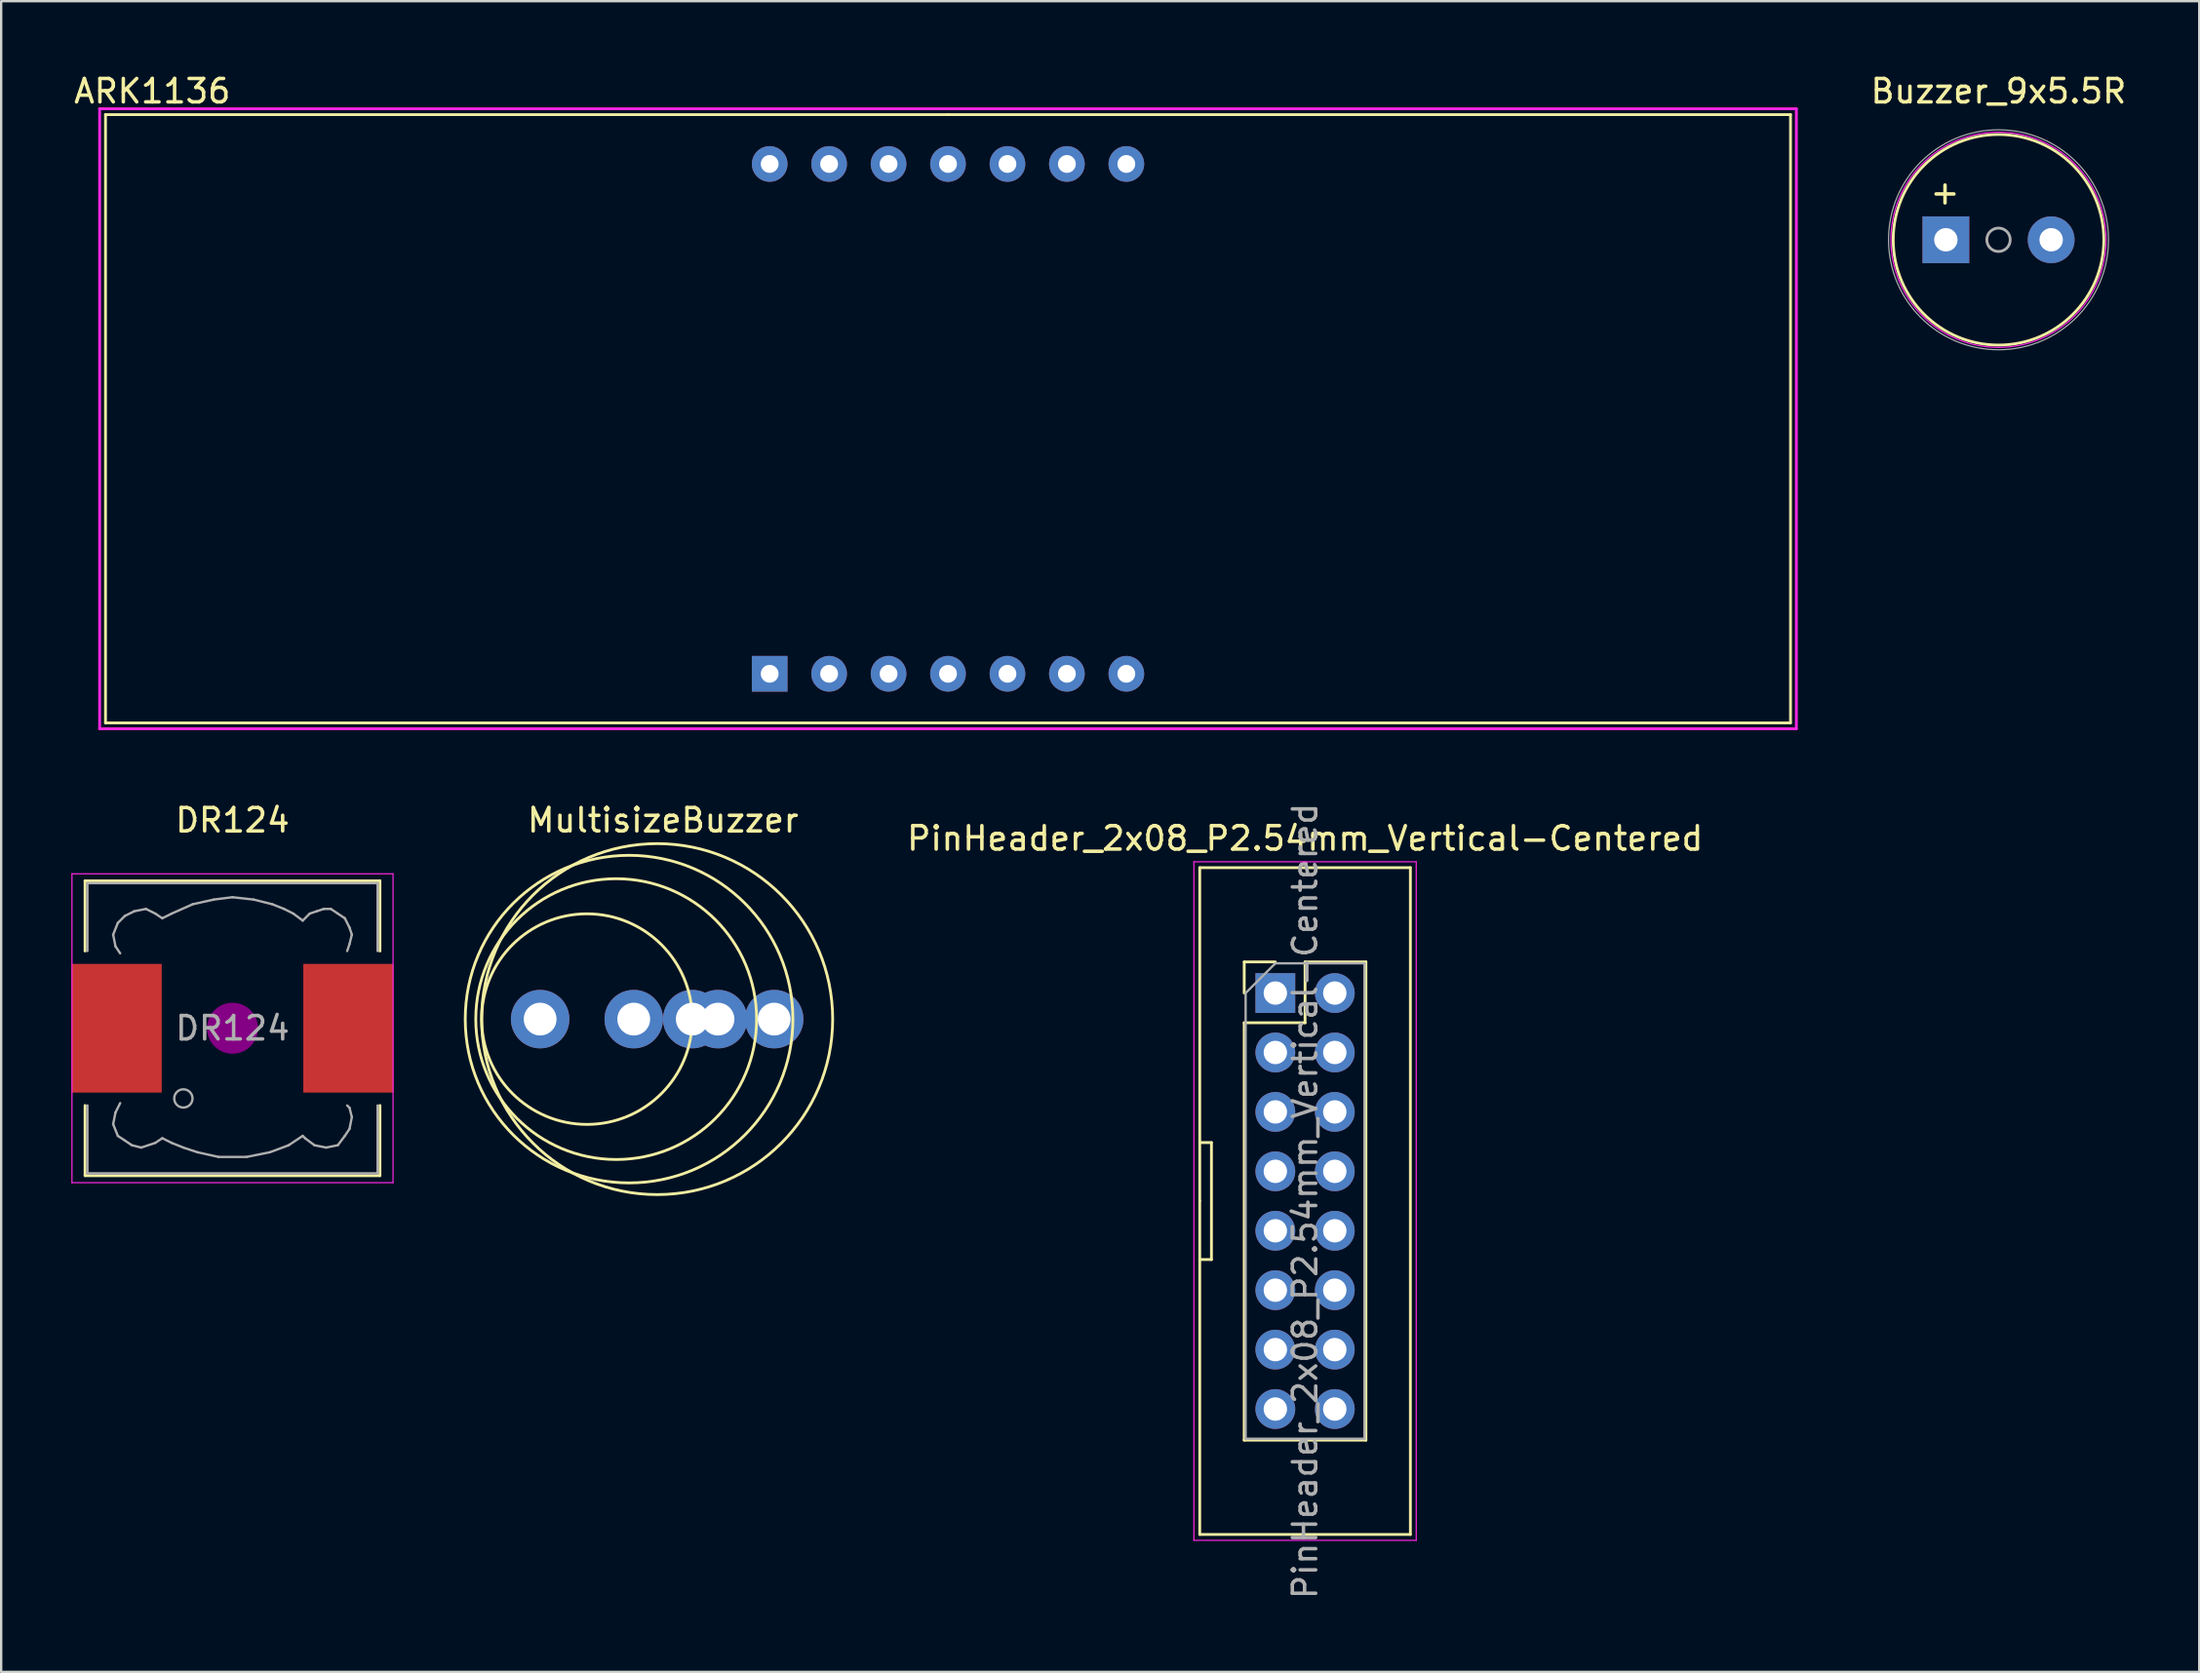
<source format=kicad_pcb>
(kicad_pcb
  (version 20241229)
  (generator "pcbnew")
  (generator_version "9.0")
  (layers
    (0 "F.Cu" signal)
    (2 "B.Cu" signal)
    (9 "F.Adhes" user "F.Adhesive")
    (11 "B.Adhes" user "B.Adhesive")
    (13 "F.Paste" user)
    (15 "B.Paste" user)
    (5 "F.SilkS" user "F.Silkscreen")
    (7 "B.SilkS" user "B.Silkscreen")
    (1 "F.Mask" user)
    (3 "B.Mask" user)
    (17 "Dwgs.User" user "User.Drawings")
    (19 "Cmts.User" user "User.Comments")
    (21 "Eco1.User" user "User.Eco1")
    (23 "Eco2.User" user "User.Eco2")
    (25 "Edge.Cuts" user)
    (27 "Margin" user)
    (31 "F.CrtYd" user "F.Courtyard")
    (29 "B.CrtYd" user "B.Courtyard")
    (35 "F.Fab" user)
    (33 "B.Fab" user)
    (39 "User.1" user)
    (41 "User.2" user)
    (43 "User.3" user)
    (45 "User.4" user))
  (footprint "ARK1136"
    (layer "F.Cu")
    (at 37.458 14.848)
    (property "Reference" "ARK1136" (at -34 -14 0) (layer "F.SilkS") (effects (font (size 1 1) (thickness 0.15))))
    (attr through_hole)
    (fp_line (start -36 -13) (end 0 -13) (stroke (width 0.12) (type solid)) (layer "F.SilkS"))
    (fp_line (start -36 13) (end -36 -13) (stroke (width 0.12) (type solid)) (layer "F.SilkS"))
    (fp_line (start 0 -13) (end 36 -13) (stroke (width 0.12) (type solid)) (layer "F.SilkS"))
    (fp_line (start 36 -13) (end 36 13) (stroke (width 0.12) (type solid)) (layer "F.SilkS"))
    (fp_line (start 36 13) (end -36 13) (stroke (width 0.12) (type solid)) (layer "F.SilkS"))
    (fp_line (start -36.25 -13.25) (end 36.25 -13.25) (stroke (width 0.12) (type solid)) (layer "F.CrtYd"))
    (fp_line (start -36.25 13.25) (end -36.25 -13.25) (stroke (width 0.12) (type solid)) (layer "F.CrtYd"))
    (fp_line (start 36.25 -13.25) (end 36.25 13.25) (stroke (width 0.12) (type solid)) (layer "F.CrtYd"))
    (fp_line (start 36.25 13.25) (end -36.25 13.25) (stroke (width 0.12) (type solid)) (layer "F.CrtYd"))
    (pad "1" thru_hole rect (at -7.62 10.9) (size 1.524 1.524) (drill oval 0.762) (layers "*.Cu" "*.Mask"))
    (pad "2" thru_hole circle (at -5.08 10.9) (size 1.524 1.524) (drill oval 0.762) (layers "*.Cu" "*.Mask"))
    (pad "3" thru_hole circle (at -2.54 10.9) (size 1.524 1.524) (drill oval 0.762) (layers "*.Cu" "*.Mask"))
    (pad "4" thru_hole circle (at 0 10.9) (size 1.524 1.524) (drill oval 0.762) (layers "*.Cu" "*.Mask"))
    (pad "5" thru_hole circle (at 2.54 10.9) (size 1.524 1.524) (drill oval 0.762) (layers "*.Cu" "*.Mask"))
    (pad "6" thru_hole circle (at 5.08 10.9) (size 1.524 1.524) (drill oval 0.762) (layers "*.Cu" "*.Mask"))
    (pad "7" thru_hole circle (at 7.62 10.9) (size 1.524 1.524) (drill oval 0.762) (layers "*.Cu" "*.Mask"))
    (pad "8" thru_hole circle (at 7.62 -10.89) (size 1.524 1.524) (drill oval 0.762) (layers "*.Cu" "*.Mask"))
    (pad "9" thru_hole circle (at 5.08 -10.89) (size 1.524 1.524) (drill oval 0.762) (layers "*.Cu" "*.Mask"))
    (pad "10" thru_hole circle (at 2.54 -10.89) (size 1.524 1.524) (drill oval 0.762) (layers "*.Cu" "*.Mask"))
    (pad "11" thru_hole circle (at 0 -10.89) (size 1.524 1.524) (drill oval 0.762) (layers "*.Cu" "*.Mask"))
    (pad "12" thru_hole circle (at -2.54 -10.89) (size 1.524 1.524) (drill oval 0.762) (layers "*.Cu" "*.Mask"))
    (pad "13" thru_hole circle (at -5.08 -10.89) (size 1.524 1.524) (drill oval 0.762) (layers "*.Cu" "*.Mask"))
    (pad "14" thru_hole circle (at -7.62 -10.89) (size 1.524 1.524) (drill oval 0.762) (layers "*.Cu" "*.Mask")))
  (footprint "DR124"
    (layer "F.Cu")
    (at 6.885 40.897)
    (property "Reference" "DR124" (at 0 -8.89 0) (layer "F.SilkS") (effects (font (size 1 1) (thickness 0.15))))
    (attr smd)
    (fp_line (start -6.3 -6.3) (end 6.3 -6.3) (stroke (width 0.12) (type solid)) (layer "F.SilkS"))
    (fp_line (start -6.3 -3.3) (end -6.3 -6.3) (stroke (width 0.12) (type solid)) (layer "F.SilkS"))
    (fp_line (start -6.3 6.3) (end -6.3 3.3) (stroke (width 0.12) (type solid)) (layer "F.SilkS"))
    (fp_line (start 6.3 -6.3) (end 6.3 -3.3) (stroke (width 0.12) (type solid)) (layer "F.SilkS"))
    (fp_line (start 6.3 3.3) (end 6.3 6.3) (stroke (width 0.12) (type solid)) (layer "F.SilkS"))
    (fp_line (start 6.3 6.3) (end -6.3 6.3) (stroke (width 0.12) (type solid)) (layer "F.SilkS"))
    (fp_circle (center 0 0) (end 0.15 0.15) (stroke (width 0.38) (type solid)) (fill no) (layer "F.Adhes"))
    (fp_circle (center 0 0) (end 0.55 0) (stroke (width 0.38) (type solid)) (fill no) (layer "F.Adhes"))
    (fp_circle (center 0 0) (end 0.9 0) (stroke (width 0.38) (type solid)) (fill no) (layer "F.Adhes"))
    (fp_line (start -6.86 -6.6) (end 6.86 -6.6) (stroke (width 0.05) (type solid)) (layer "F.CrtYd"))
    (fp_line (start -6.86 6.6) (end -6.86 -6.6) (stroke (width 0.05) (type solid)) (layer "F.CrtYd"))
    (fp_line (start 6.86 -6.6) (end 6.86 6.6) (stroke (width 0.05) (type solid)) (layer "F.CrtYd"))
    (fp_line (start 6.86 6.6) (end -6.86 6.6) (stroke (width 0.05) (type solid)) (layer "F.CrtYd"))
    (fp_line (start -6.2 -6.2) (end -6.2 -3.3) (stroke (width 0.1) (type solid)) (layer "F.Fab"))
    (fp_line (start -6.2 3.3) (end -6.2 6.2) (stroke (width 0.1) (type solid)) (layer "F.Fab"))
    (fp_line (start -6.2 6.2) (end 6.2 6.2) (stroke (width 0.1) (type solid)) (layer "F.Fab"))
    (fp_line (start -5.1 -4) (end -5 -3.5) (stroke (width 0.1) (type solid)) (layer "F.Fab"))
    (fp_line (start -5.1 4.1) (end -5 3.6) (stroke (width 0.1) (type solid)) (layer "F.Fab"))
    (fp_line (start -5 -3.5) (end -4.8 -3.2) (stroke (width 0.1) (type solid)) (layer "F.Fab"))
    (fp_line (start -5 3.6) (end -4.8 3.2) (stroke (width 0.1) (type solid)) (layer "F.Fab"))
    (fp_line (start -4.9 -4.5) (end -5.1 -4) (stroke (width 0.1) (type solid)) (layer "F.Fab"))
    (fp_line (start -4.9 4.6) (end -5.1 4.1) (stroke (width 0.1) (type solid)) (layer "F.Fab"))
    (fp_line (start -4.6 -4.8) (end -4.9 -4.5) (stroke (width 0.1) (type solid)) (layer "F.Fab"))
    (fp_line (start -4.6 4.8) (end -4.9 4.6) (stroke (width 0.1) (type solid)) (layer "F.Fab"))
    (fp_line (start -4.3 5) (end -4.6 4.8) (stroke (width 0.1) (type solid)) (layer "F.Fab"))
    (fp_line (start -4.2 -5) (end -4.6 -4.8) (stroke (width 0.1) (type solid)) (layer "F.Fab"))
    (fp_line (start -3.9 5.1) (end -4.3 5) (stroke (width 0.1) (type solid)) (layer "F.Fab"))
    (fp_line (start -3.7 -5.1) (end -4.2 -5) (stroke (width 0.1) (type solid)) (layer "F.Fab"))
    (fp_line (start -3.3 -4.9) (end -3.7 -5.1) (stroke (width 0.1) (type solid)) (layer "F.Fab"))
    (fp_line (start -3.3 4.9) (end -3.9 5.1) (stroke (width 0.1) (type solid)) (layer "F.Fab"))
    (fp_line (start -3 -4.7) (end -3.3 -4.9) (stroke (width 0.1) (type solid)) (layer "F.Fab"))
    (fp_line (start -3 4.7) (end -3.3 4.9) (stroke (width 0.1) (type solid)) (layer "F.Fab"))
    (fp_line (start -2.6 -4.9) (end -3 -4.7) (stroke (width 0.1) (type solid)) (layer "F.Fab"))
    (fp_line (start -2.6 4.9) (end -3 4.7) (stroke (width 0.1) (type solid)) (layer "F.Fab"))
    (fp_line (start -2.1 5.1) (end -2.6 4.9) (stroke (width 0.1) (type solid)) (layer "F.Fab"))
    (fp_line (start -1.7 -5.3) (end -2.6 -4.9) (stroke (width 0.1) (type solid)) (layer "F.Fab"))
    (fp_line (start -1.5 5.3) (end -2.1 5.1) (stroke (width 0.1) (type solid)) (layer "F.Fab"))
    (fp_line (start -0.8 -5.5) (end -1.7 -5.3) (stroke (width 0.1) (type solid)) (layer "F.Fab"))
    (fp_line (start -0.6 5.5) (end -1.5 5.3) (stroke (width 0.1) (type solid)) (layer "F.Fab"))
    (fp_line (start 0 -5.6) (end -0.8 -5.5) (stroke (width 0.1) (type solid)) (layer "F.Fab"))
    (fp_line (start 0.6 5.5) (end -0.6 5.5) (stroke (width 0.1) (type solid)) (layer "F.Fab"))
    (fp_line (start 0.9 -5.5) (end 0 -5.6) (stroke (width 0.1) (type solid)) (layer "F.Fab"))
    (fp_line (start 1.6 5.3) (end 0.6 5.5) (stroke (width 0.1) (type solid)) (layer "F.Fab"))
    (fp_line (start 1.7 -5.3) (end 0.9 -5.5) (stroke (width 0.1) (type solid)) (layer "F.Fab"))
    (fp_line (start 2.2 -5.1) (end 1.7 -5.3) (stroke (width 0.1) (type solid)) (layer "F.Fab"))
    (fp_line (start 2.4 5) (end 1.6 5.3) (stroke (width 0.1) (type solid)) (layer "F.Fab"))
    (fp_line (start 2.6 -4.9) (end 2.2 -5.1) (stroke (width 0.1) (type solid)) (layer "F.Fab"))
    (fp_line (start 3 -4.6) (end 2.6 -4.9) (stroke (width 0.1) (type solid)) (layer "F.Fab"))
    (fp_line (start 3 4.6) (end 2.4 5) (stroke (width 0.1) (type solid)) (layer "F.Fab"))
    (fp_line (start 3.1 4.7) (end 3 4.6) (stroke (width 0.1) (type solid)) (layer "F.Fab"))
    (fp_line (start 3.3 -4.9) (end 3 -4.6) (stroke (width 0.1) (type solid)) (layer "F.Fab"))
    (fp_line (start 3.5 5) (end 3.1 4.7) (stroke (width 0.1) (type solid)) (layer "F.Fab"))
    (fp_line (start 3.6 -5) (end 3.3 -4.9) (stroke (width 0.1) (type solid)) (layer "F.Fab"))
    (fp_line (start 3.9 -5.1) (end 3.6 -5) (stroke (width 0.1) (type solid)) (layer "F.Fab"))
    (fp_line (start 4 5.1) (end 3.5 5) (stroke (width 0.1) (type solid)) (layer "F.Fab"))
    (fp_line (start 4.2 -5.1) (end 3.9 -5.1) (stroke (width 0.1) (type solid)) (layer "F.Fab"))
    (fp_line (start 4.5 -4.9) (end 4.2 -5.1) (stroke (width 0.1) (type solid)) (layer "F.Fab"))
    (fp_line (start 4.5 5) (end 4 5.1) (stroke (width 0.1) (type solid)) (layer "F.Fab"))
    (fp_line (start 4.8 -4.7) (end 4.5 -4.9) (stroke (width 0.1) (type solid)) (layer "F.Fab"))
    (fp_line (start 4.8 4.6) (end 4.5 5) (stroke (width 0.1) (type solid)) (layer "F.Fab"))
    (fp_line (start 4.9 -3.3) (end 5 -3.6) (stroke (width 0.1) (type solid)) (layer "F.Fab"))
    (fp_line (start 4.9 3.3) (end 5 3.4) (stroke (width 0.1) (type solid)) (layer "F.Fab"))
    (fp_line (start 5 -4.3) (end 4.8 -4.7) (stroke (width 0.1) (type solid)) (layer "F.Fab"))
    (fp_line (start 5 -3.6) (end 5.1 -4) (stroke (width 0.1) (type solid)) (layer "F.Fab"))
    (fp_line (start 5 3.4) (end 5.1 3.8) (stroke (width 0.1) (type solid)) (layer "F.Fab"))
    (fp_line (start 5 4.3) (end 4.8 4.6) (stroke (width 0.1) (type solid)) (layer "F.Fab"))
    (fp_line (start 5.1 -4) (end 5 -4.3) (stroke (width 0.1) (type solid)) (layer "F.Fab"))
    (fp_line (start 5.1 3.8) (end 5 4.3) (stroke (width 0.1) (type solid)) (layer "F.Fab"))
    (fp_line (start 6.2 -6.2) (end -6.2 -6.2) (stroke (width 0.1) (type solid)) (layer "F.Fab"))
    (fp_line (start 6.2 -6.2) (end 6.2 -3.3) (stroke (width 0.1) (type solid)) (layer "F.Fab"))
    (fp_line (start 6.2 6.2) (end 6.2 3.3) (stroke (width 0.1) (type solid)) (layer "F.Fab"))
    (fp_circle (center -2.1 3) (end -1.8 3.25) (stroke (width 0.1) (type solid)) (fill no) (layer "F.Fab"))
    (fp_text user "${REFERENCE}" (at 0 0 0) (layer "F.Fab") (effects (font (size 1 1) (thickness 0.15))))
    (pad "1" smd rect (at -4.95 0) (size 3.85 5.5) (layers "F.Cu" "F.Mask" "F.Paste"))
    (pad "2" smd rect (at 4.95 0) (size 3.85 5.5) (layers "F.Cu" "F.Mask" "F.Paste")))
  (footprint "PinHeader_2x08_P2.54mm_Vertical-Centered"
    (layer "F.Cu")
    (at 52.715 48.283)
    (property "Reference" "PinHeader_2x08_P2.54mm_Vertical-Centered" (at 0 -15.5 0) (layer "F.SilkS") (effects (font (size 1 1) (thickness 0.15))))
    (attr through_hole)
    (fp_line (start -4.5 -14.25) (end 4.5 -14.25) (stroke (width 0.12) (type solid)) (layer "F.SilkS"))
    (fp_line (start -4.5 -2.5) (end -4 -2.5) (stroke (width 0.12) (type solid)) (layer "F.SilkS"))
    (fp_line (start -4.5 0) (end -4.5 -14.25) (stroke (width 0.12) (type solid)) (layer "F.SilkS"))
    (fp_line (start -4.5 14.25) (end -4.5 0) (stroke (width 0.12) (type solid)) (layer "F.SilkS"))
    (fp_line (start -4 -2.5) (end -4 2.5) (stroke (width 0.12) (type solid)) (layer "F.SilkS"))
    (fp_line (start -4 2.5) (end -4.5 2.5) (stroke (width 0.12) (type solid)) (layer "F.SilkS"))
    (fp_line (start -2.6 -10.22) (end -1.27 -10.22) (stroke (width 0.12) (type solid)) (layer "F.SilkS"))
    (fp_line (start -2.6 -8.89) (end -2.6 -10.22) (stroke (width 0.12) (type solid)) (layer "F.SilkS"))
    (fp_line (start -2.6 -7.62) (end -2.6 10.22) (stroke (width 0.12) (type solid)) (layer "F.SilkS"))
    (fp_line (start -2.6 -7.62) (end 0 -7.62) (stroke (width 0.12) (type solid)) (layer "F.SilkS"))
    (fp_line (start -2.6 10.22) (end 2.6 10.22) (stroke (width 0.12) (type solid)) (layer "F.SilkS"))
    (fp_line (start 0 -10.22) (end 2.6 -10.22) (stroke (width 0.12) (type solid)) (layer "F.SilkS"))
    (fp_line (start 0 -7.62) (end 0 -10.22) (stroke (width 0.12) (type solid)) (layer "F.SilkS"))
    (fp_line (start 2.6 -10.22) (end 2.6 10.22) (stroke (width 0.12) (type solid)) (layer "F.SilkS"))
    (fp_line (start 4.5 -14.25) (end 4.5 14.25) (stroke (width 0.12) (type solid)) (layer "F.SilkS"))
    (fp_line (start 4.5 14.25) (end -4.5 14.25) (stroke (width 0.12) (type solid)) (layer "F.SilkS"))
    (fp_line (start -4.75 -14.5) (end -4.75 14.5) (stroke (width 0.05) (type solid)) (layer "F.CrtYd"))
    (fp_line (start -4.75 14.5) (end 4.75 14.5) (stroke (width 0.05) (type solid)) (layer "F.CrtYd"))
    (fp_line (start 4.75 -14.5) (end -4.75 -14.5) (stroke (width 0.05) (type solid)) (layer "F.CrtYd"))
    (fp_line (start 4.75 14.5) (end 4.75 -14.5) (stroke (width 0.05) (type solid)) (layer "F.CrtYd"))
    (fp_line (start -2.54 -8.89) (end -1.27 -10.16) (stroke (width 0.1) (type solid)) (layer "F.Fab"))
    (fp_line (start -2.54 10.16) (end -2.54 -8.89) (stroke (width 0.1) (type solid)) (layer "F.Fab"))
    (fp_line (start -1.27 -10.16) (end 2.54 -10.16) (stroke (width 0.1) (type solid)) (layer "F.Fab"))
    (fp_line (start 2.54 -10.16) (end 2.54 10.16) (stroke (width 0.1) (type solid)) (layer "F.Fab"))
    (fp_line (start 2.54 10.16) (end -2.54 10.16) (stroke (width 0.1) (type solid)) (layer "F.Fab"))
    (fp_text user "${REFERENCE}" (at 0 0 270) (layer "F.Fab") (effects (font (size 1 1) (thickness 0.15))))
    (pad "1" thru_hole rect (at -1.27 -8.89) (size 1.7 1.7) (drill 1) (layers "*.Cu" "*.Mask"))
    (pad "2" thru_hole oval (at 1.27 -8.89) (size 1.7 1.7) (drill 1) (layers "*.Cu" "*.Mask"))
    (pad "3" thru_hole oval (at -1.27 -6.35) (size 1.7 1.7) (drill 1) (layers "*.Cu" "*.Mask"))
    (pad "4" thru_hole oval (at 1.27 -6.35) (size 1.7 1.7) (drill 1) (layers "*.Cu" "*.Mask"))
    (pad "5" thru_hole oval (at -1.27 -3.81) (size 1.7 1.7) (drill 1) (layers "*.Cu" "*.Mask"))
    (pad "6" thru_hole oval (at 1.27 -3.81) (size 1.7 1.7) (drill 1) (layers "*.Cu" "*.Mask"))
    (pad "7" thru_hole oval (at -1.27 -1.27) (size 1.7 1.7) (drill 1) (layers "*.Cu" "*.Mask"))
    (pad "8" thru_hole oval (at 1.27 -1.27) (size 1.7 1.7) (drill 1) (layers "*.Cu" "*.Mask"))
    (pad "9" thru_hole oval (at -1.27 1.27) (size 1.7 1.7) (drill 1) (layers "*.Cu" "*.Mask"))
    (pad "10" thru_hole oval (at 1.27 1.27) (size 1.7 1.7) (drill 1) (layers "*.Cu" "*.Mask"))
    (pad "11" thru_hole oval (at -1.27 3.81) (size 1.7 1.7) (drill 1) (layers "*.Cu" "*.Mask"))
    (pad "12" thru_hole oval (at 1.27 3.81) (size 1.7 1.7) (drill 1) (layers "*.Cu" "*.Mask"))
    (pad "13" thru_hole oval (at -1.27 6.35) (size 1.7 1.7) (drill 1) (layers "*.Cu" "*.Mask"))
    (pad "14" thru_hole oval (at 1.27 6.35) (size 1.7 1.7) (drill 1) (layers "*.Cu" "*.Mask"))
    (pad "15" thru_hole oval (at -1.27 8.89) (size 1.7 1.7) (drill 1) (layers "*.Cu" "*.Mask"))
    (pad "16" thru_hole oval (at 1.27 8.89) (size 1.7 1.7) (drill 1) (layers "*.Cu" "*.Mask")))
  (footprint "MultisizeBuzzer"
    (layer "F.Cu")
    (at 25.28 40.507)
    (property "Reference" "MultisizeBuzzer" (at 0 -8.5 0) (layer "F.SilkS") (effects (font (size 1 1) (thickness 0.15))))
    (attr through_hole)
    (fp_circle (center -3.25 0) (end 1.25 0) (stroke (width 0.12) (type solid)) (fill no) (layer "F.SilkS"))
    (fp_circle (center -2 0) (end 4 0) (stroke (width 0.12) (type solid)) (fill no) (layer "F.SilkS"))
    (fp_circle (center -1.45 0) (end 5.55 0) (stroke (width 0.12) (type solid)) (fill no) (layer "F.SilkS"))
    (fp_circle (center -0.25 0) (end 7.25 0) (stroke (width 0.12) (type solid)) (fill no) (layer "F.SilkS"))
    (pad "1" thru_hole circle (at -5.25 0) (size 2.5 2.5) (drill 1.4) (layers "*.Cu" "*.Mask"))
    (pad "2" thru_hole circle (at -1.25 0) (size 2.5 2.5) (drill 1.4) (layers "*.Cu" "*.Mask"))
    (pad "2" thru_hole circle (at 1.25 0) (size 2.5 2.5) (drill 1.4) (layers "*.Cu" "*.Mask"))
    (pad "2" thru_hole circle (at 2.35 0) (size 2.5 2.5) (drill 1.4) (layers "*.Cu" "*.Mask"))
    (pad "2" thru_hole circle (at 4.75 0) (size 2.5 2.5) (drill 1.4) (layers "*.Cu" "*.Mask")))
  (footprint "Buzzer_9x5.5R"
    (layer "F.Cu")
    (at 82.346 7.198)
    (property "Reference" "Buzzer_9x5.5R" (at 0 -6.35 0) (layer "F.SilkS") (effects (font (size 1 1) (thickness 0.15))))
    (attr through_hole)
    (fp_circle (center 0 0) (end 4.5 0) (stroke (width 0.12) (type solid)) (fill no) (layer "F.SilkS"))
    (fp_circle (center 0 0) (end 4.6 0) (stroke (width 0.05) (type solid)) (fill no) (layer "F.CrtYd"))
    (fp_circle (center 0 0) (end 0.5 0) (stroke (width 0.12) (type solid)) (fill no) (layer "F.Fab"))
    (fp_circle (center 0 0) (end 4.7 0) (stroke (width 0.05) (type solid)) (fill no) (layer "F.Fab"))
    (fp_text user "+" (at -2.286 -2.032 0) (layer "F.SilkS") (effects (font (size 1 1) (thickness 0.15))))
    (pad "1" thru_hole rect (at -2.25 0) (size 2 2) (drill 1) (layers "*.Cu" "*.Mask"))
    (pad "2" thru_hole circle (at 2.25 0) (size 2 2) (drill 1) (layers "*.Cu" "*.Mask")))
  (gr_rect
    (start -3 -3)
    (end 90.923 68.408)
    (stroke (width 0.1) (type default))
    (fill no)
    (layer "Edge.Cuts")))
</source>
